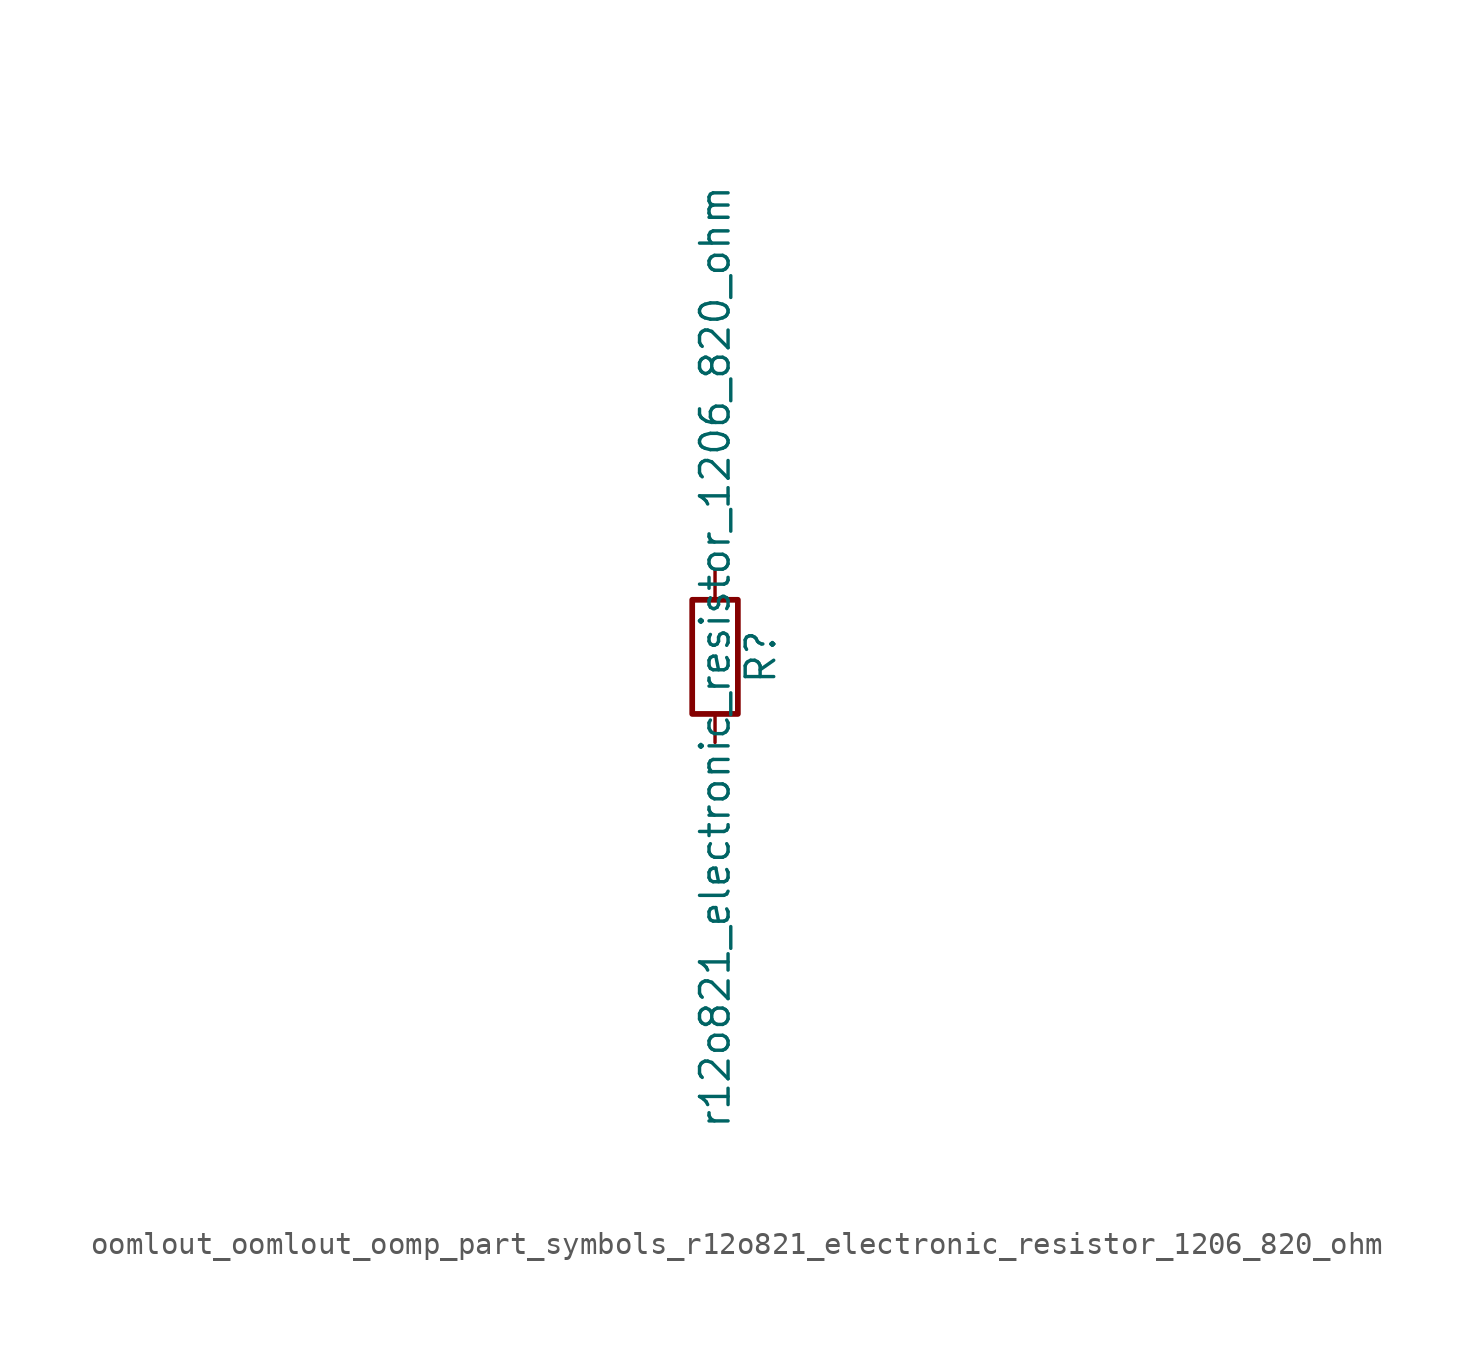
<source format=kicad_sym>
(kicad_symbol_lib
  (version 20220914)
  (generator kicad_symbol_editor)
  (symbol "oomlout_oomlout_oomp_part_symbols_r12o821_electronic_resistor_1206_820_ohm"
    (pin_numbers hide)
    (pin_names
      (offset 0))
    (property "Reference" "R"
      (at 2.032 0 90)
      (effects (font (size 1.27 1.27))))
    (property "Value" "r12o821_electronic_resistor_1206_820_ohm"
      (at 0 0 90)
      (effects (font (size 1.27 1.27))))
    (symbol "oomlout_oomlout_oomp_part_symbols_r12o821_electronic_resistor_1206_820_ohm_0_1"
      (rectangle (start -1.016 -2.54) (end 1.016 2.54) (stroke (width 0.254) (type default)) (fill (type none))))
    (symbol "oomlout_oomlout_oomp_part_symbols_r12o821_electronic_resistor_1206_820_ohm_1_1"
      (pin passive line (at 0 3.81 270) (length 1.27) (name "~" (effects (font (size 1.27 1.27)))) (number "1" (effects (font (size 1.27 1.27)))))
      (pin passive line (at 0 -3.81 90) (length 1.27) (name "~" (effects (font (size 1.27 1.27)))) (number "2" (effects (font (size 1.27 1.27))))))))
</source>
